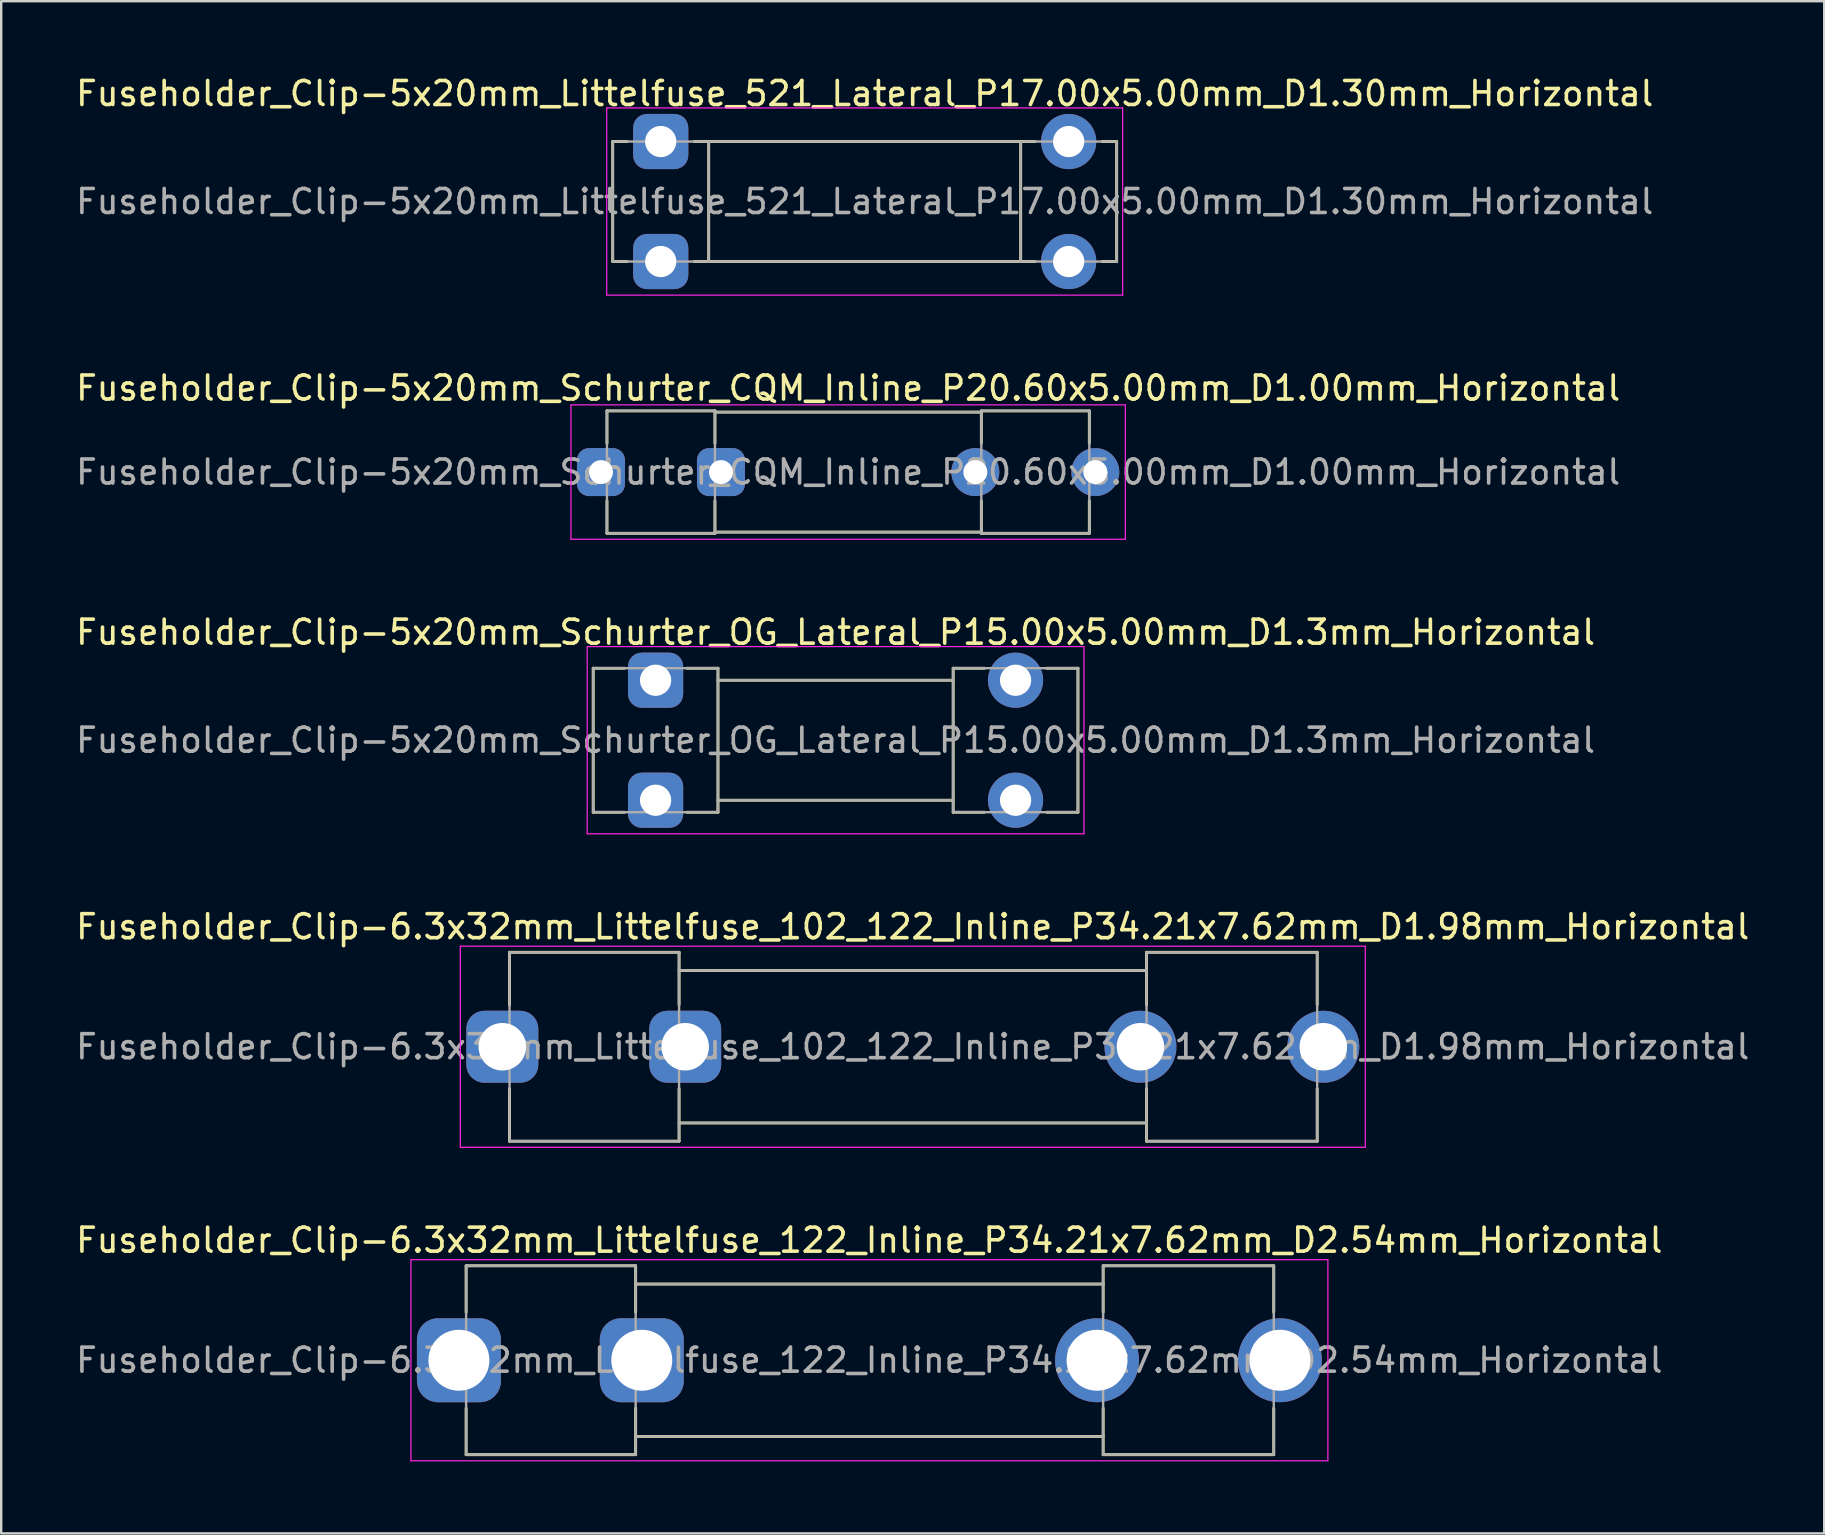
<source format=kicad_pcb>
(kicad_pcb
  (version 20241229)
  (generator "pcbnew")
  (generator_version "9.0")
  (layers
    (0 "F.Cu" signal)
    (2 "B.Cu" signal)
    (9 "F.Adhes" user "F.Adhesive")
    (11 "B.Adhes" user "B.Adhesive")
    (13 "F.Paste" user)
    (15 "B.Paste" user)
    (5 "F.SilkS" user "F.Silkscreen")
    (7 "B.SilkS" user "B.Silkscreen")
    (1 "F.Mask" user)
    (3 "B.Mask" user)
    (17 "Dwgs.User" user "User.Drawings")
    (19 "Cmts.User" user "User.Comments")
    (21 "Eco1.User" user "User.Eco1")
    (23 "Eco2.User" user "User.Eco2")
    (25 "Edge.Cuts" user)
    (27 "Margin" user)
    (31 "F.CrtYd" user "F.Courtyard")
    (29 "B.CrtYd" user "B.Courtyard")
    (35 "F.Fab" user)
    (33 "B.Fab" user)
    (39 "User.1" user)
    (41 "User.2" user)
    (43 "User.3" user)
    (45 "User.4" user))
  (footprint "Fuseholder_Clip-5x20mm_Littelfuse_521_Lateral_P17.00x5.00mm_D1.30mm_Horizontal"
    (layer "F.Cu")
    (at 24.482 2.848)
    (property "Reference" "Fuseholder_Clip-5x20mm_Littelfuse_521_Lateral_P17.00x5.00mm_D1.30mm_Horizontal" (at 8.5 -2 0) (layer "F.SilkS") (effects (font (size 1 1) (thickness 0.15))))
    (attr through_hole)
    (fp_line (start -2 5) (end -2 0) (stroke (width 0.12) (type solid)) (layer "F.SilkS"))
    (fp_line (start -1.4 0) (end -2 0) (stroke (width 0.12) (type solid)) (layer "F.SilkS"))
    (fp_line (start -1.4 5) (end -2 5) (stroke (width 0.12) (type solid)) (layer "F.SilkS"))
    (fp_line (start 2 0) (end 2 5) (stroke (width 0.12) (type solid)) (layer "F.SilkS"))
    (fp_line (start 15 0) (end 15 5) (stroke (width 0.12) (type solid)) (layer "F.SilkS"))
    (fp_line (start 15.6 0) (end 1.4 0) (stroke (width 0.12) (type solid)) (layer "F.SilkS"))
    (fp_line (start 15.6 5) (end 1.4 5) (stroke (width 0.12) (type solid)) (layer "F.SilkS"))
    (fp_line (start 18.4 0) (end 19 0) (stroke (width 0.12) (type solid)) (layer "F.SilkS"))
    (fp_line (start 18.4 5) (end 19 5) (stroke (width 0.12) (type solid)) (layer "F.SilkS"))
    (fp_line (start 19 0) (end 19 5) (stroke (width 0.12) (type solid)) (layer "F.SilkS"))
    (fp_line (start -2.25 -1.4) (end -2.25 6.4) (stroke (width 0.05) (type solid)) (layer "F.CrtYd"))
    (fp_line (start -2.25 -1.4) (end 19.25 -1.4) (stroke (width 0.05) (type solid)) (layer "F.CrtYd"))
    (fp_line (start 19.25 6.4) (end -2.25 6.4) (stroke (width 0.05) (type solid)) (layer "F.CrtYd"))
    (fp_line (start 19.25 6.4) (end 19.25 -1.4) (stroke (width 0.05) (type solid)) (layer "F.CrtYd"))
    (fp_line (start -2 0) (end 19 0) (stroke (width 0.1) (type solid)) (layer "F.Fab"))
    (fp_line (start -2 5) (end -2 0) (stroke (width 0.1) (type solid)) (layer "F.Fab"))
    (fp_line (start 2 0) (end 2 5) (stroke (width 0.1) (type solid)) (layer "F.Fab"))
    (fp_line (start 15 0) (end 15 5) (stroke (width 0.1) (type solid)) (layer "F.Fab"))
    (fp_line (start 19 5) (end -2 5) (stroke (width 0.1) (type solid)) (layer "F.Fab"))
    (fp_line (start 19 5) (end 19 0) (stroke (width 0.1) (type solid)) (layer "F.Fab"))
    (fp_text user "${REFERENCE}" (at 8.5 2.5 0) (layer "F.Fab") (effects (font (size 1 1) (thickness 0.15))))
    (pad "1" thru_hole roundrect (at 0 0) (size 2.3 2.3) (drill 1.3) (layers "*.Cu" "*.Mask") (roundrect_rratio 0.25))
    (pad "1" thru_hole roundrect (at 0 5) (size 2.3 2.3) (drill 1.3) (layers "*.Cu" "*.Mask") (roundrect_rratio 0.25))
    (pad "2" thru_hole circle (at 17 0) (size 2.3 2.3) (drill 1.3) (layers "*.Cu" "*.Mask"))
    (pad "2" thru_hole circle (at 17 5) (size 2.3 2.3) (drill 1.3) (layers "*.Cu" "*.Mask")))
  (footprint "Fuseholder_Clip-5x20mm_Schurter_OG_Lateral_P15.00x5.00mm_D1.3mm_Horizontal"
    (layer "F.Cu")
    (at 24.268 25.295)
    (property "Reference" "Fuseholder_Clip-5x20mm_Schurter_OG_Lateral_P15.00x5.00mm_D1.3mm_Horizontal" (at 7.5 -2 0) (layer "F.SilkS") (effects (font (size 1 1) (thickness 0.15))))
    (attr through_hole)
    (fp_line (start -2.6 5.5) (end -2.6 -0.5) (stroke (width 0.12) (type solid)) (layer "F.SilkS"))
    (fp_line (start -1.3 -0.5) (end -2.6 -0.5) (stroke (width 0.12) (type solid)) (layer "F.SilkS"))
    (fp_line (start -1.3 5.5) (end -2.6 5.5) (stroke (width 0.12) (type solid)) (layer "F.SilkS"))
    (fp_line (start 2.6 -0.5) (end 1.3 -0.5) (stroke (width 0.12) (type solid)) (layer "F.SilkS"))
    (fp_line (start 2.6 -0.5) (end 2.6 5.5) (stroke (width 0.12) (type solid)) (layer "F.SilkS"))
    (fp_line (start 2.6 5.5) (end 1.3 5.5) (stroke (width 0.12) (type solid)) (layer "F.SilkS"))
    (fp_line (start 12.4 -0.5) (end 12.4 5.5) (stroke (width 0.12) (type solid)) (layer "F.SilkS"))
    (fp_line (start 12.4 0) (end 2.6 0) (stroke (width 0.12) (type solid)) (layer "F.SilkS"))
    (fp_line (start 12.4 5) (end 2.6 5) (stroke (width 0.12) (type solid)) (layer "F.SilkS"))
    (fp_line (start 13.7 -0.5) (end 12.4 -0.5) (stroke (width 0.12) (type solid)) (layer "F.SilkS"))
    (fp_line (start 13.7 5.5) (end 12.4 5.5) (stroke (width 0.12) (type solid)) (layer "F.SilkS"))
    (fp_line (start 16.3 -0.5) (end 17.6 -0.5) (stroke (width 0.12) (type solid)) (layer "F.SilkS"))
    (fp_line (start 16.3 5.5) (end 17.6 5.5) (stroke (width 0.12) (type solid)) (layer "F.SilkS"))
    (fp_line (start 17.6 -0.5) (end 17.6 5.5) (stroke (width 0.12) (type solid)) (layer "F.SilkS"))
    (fp_line (start -2.85 -1.4) (end -2.85 6.4) (stroke (width 0.05) (type solid)) (layer "F.CrtYd"))
    (fp_line (start -2.85 -1.4) (end 17.85 -1.4) (stroke (width 0.05) (type solid)) (layer "F.CrtYd"))
    (fp_line (start 17.85 6.4) (end -2.85 6.4) (stroke (width 0.05) (type solid)) (layer "F.CrtYd"))
    (fp_line (start 17.85 6.4) (end 17.85 -1.4) (stroke (width 0.05) (type solid)) (layer "F.CrtYd"))
    (fp_line (start -2.6 -0.5) (end 2.6 -0.5) (stroke (width 0.1) (type solid)) (layer "F.Fab"))
    (fp_line (start -2.6 5.5) (end -2.6 -0.5) (stroke (width 0.1) (type solid)) (layer "F.Fab"))
    (fp_line (start 2.6 -0.5) (end 2.6 5.5) (stroke (width 0.1) (type solid)) (layer "F.Fab"))
    (fp_line (start 2.6 0) (end 12.4 0) (stroke (width 0.1) (type solid)) (layer "F.Fab"))
    (fp_line (start 2.6 5.5) (end -2.6 5.5) (stroke (width 0.1) (type solid)) (layer "F.Fab"))
    (fp_line (start 12.4 -0.5) (end 12.4 5.5) (stroke (width 0.1) (type solid)) (layer "F.Fab"))
    (fp_line (start 12.4 5) (end 2.6 5) (stroke (width 0.1) (type solid)) (layer "F.Fab"))
    (fp_line (start 12.4 5.5) (end 17.6 5.5) (stroke (width 0.1) (type solid)) (layer "F.Fab"))
    (fp_line (start 17.6 -0.5) (end 12.4 -0.5) (stroke (width 0.1) (type solid)) (layer "F.Fab"))
    (fp_line (start 17.6 5.5) (end 17.6 -0.5) (stroke (width 0.1) (type solid)) (layer "F.Fab"))
    (fp_text user "${REFERENCE}" (at 7.5 2.5 0) (layer "F.Fab") (effects (font (size 1 1) (thickness 0.15))))
    (pad "1" thru_hole roundrect (at 0 0) (size 2.3 2.3) (drill 1.3) (layers "*.Cu" "*.Mask") (roundrect_rratio 0.25))
    (pad "1" thru_hole roundrect (at 0 5) (size 2.3 2.3) (drill 1.3) (layers "*.Cu" "*.Mask") (roundrect_rratio 0.25))
    (pad "2" thru_hole circle (at 15 0) (size 2.3 2.3) (drill 1.3) (layers "*.Cu" "*.Mask"))
    (pad "2" thru_hole circle (at 15 5) (size 2.3 2.3) (drill 1.3) (layers "*.Cu" "*.Mask")))
  (footprint "Fuseholder_Clip-6.3x32mm_Littelfuse_102_122_Inline_P34.21x7.62mm_D1.98mm_Horizontal"
    (layer "F.Cu")
    (at 17.882 40.568)
    (property "Reference" "Fuseholder_Clip-6.3x32mm_Littelfuse_102_122_Inline_P34.21x7.62mm_D1.98mm_Horizontal" (at 17.1 -5 0) (layer "F.SilkS") (effects (font (size 1 1) (thickness 0.15))))
    (attr through_hole)
    (fp_line (start 0.3 -3.935) (end 0.3 -1.75) (stroke (width 0.12) (type solid)) (layer "F.SilkS"))
    (fp_line (start 0.3 3.935) (end 0.3 1.75) (stroke (width 0.12) (type solid)) (layer "F.SilkS"))
    (fp_line (start 7.365 -3.935) (end 0.3 -3.935) (stroke (width 0.12) (type solid)) (layer "F.SilkS"))
    (fp_line (start 7.365 -3.935) (end 7.365 -1.75) (stroke (width 0.12) (type solid)) (layer "F.SilkS"))
    (fp_line (start 7.365 3.935) (end 0.3 3.935) (stroke (width 0.12) (type solid)) (layer "F.SilkS"))
    (fp_line (start 7.365 3.935) (end 7.365 1.75) (stroke (width 0.12) (type solid)) (layer "F.SilkS"))
    (fp_line (start 26.845 -3.935) (end 26.845 -1.75) (stroke (width 0.12) (type solid)) (layer "F.SilkS"))
    (fp_line (start 26.845 -3.175) (end 7.365 -3.175) (stroke (width 0.12) (type solid)) (layer "F.SilkS"))
    (fp_line (start 26.845 3.175) (end 7.365 3.175) (stroke (width 0.12) (type solid)) (layer "F.SilkS"))
    (fp_line (start 26.845 3.935) (end 26.845 1.75) (stroke (width 0.12) (type solid)) (layer "F.SilkS"))
    (fp_line (start 26.845 3.935) (end 33.955 3.935) (stroke (width 0.12) (type solid)) (layer "F.SilkS"))
    (fp_line (start 33.955 -3.935) (end 26.845 -3.935) (stroke (width 0.12) (type solid)) (layer "F.SilkS"))
    (fp_line (start 33.955 -1.75) (end 33.955 -3.935) (stroke (width 0.12) (type solid)) (layer "F.SilkS"))
    (fp_line (start 33.955 1.75) (end 33.955 3.935) (stroke (width 0.12) (type solid)) (layer "F.SilkS"))
    (fp_line (start -1.75 -4.19) (end -1.75 4.19) (stroke (width 0.05) (type solid)) (layer "F.CrtYd"))
    (fp_line (start -1.75 -4.19) (end 35.96 -4.19) (stroke (width 0.05) (type solid)) (layer "F.CrtYd"))
    (fp_line (start 35.96 4.19) (end -1.75 4.19) (stroke (width 0.05) (type solid)) (layer "F.CrtYd"))
    (fp_line (start 35.96 4.19) (end 35.96 -4.19) (stroke (width 0.05) (type solid)) (layer "F.CrtYd"))
    (fp_line (start 0.3 -3.935) (end 7.365 -3.935) (stroke (width 0.1) (type solid)) (layer "F.Fab"))
    (fp_line (start 0.3 3.935) (end 0.3 -3.935) (stroke (width 0.1) (type solid)) (layer "F.Fab"))
    (fp_line (start 7.365 -3.935) (end 7.365 3.935) (stroke (width 0.1) (type solid)) (layer "F.Fab"))
    (fp_line (start 7.365 -3.175) (end 26.845 -3.175) (stroke (width 0.1) (type solid)) (layer "F.Fab"))
    (fp_line (start 7.365 3.935) (end 0.3 3.935) (stroke (width 0.1) (type solid)) (layer "F.Fab"))
    (fp_line (start 26.845 -3.935) (end 26.845 3.935) (stroke (width 0.1) (type solid)) (layer "F.Fab"))
    (fp_line (start 26.845 3.175) (end 7.365 3.175) (stroke (width 0.1) (type solid)) (layer "F.Fab"))
    (fp_line (start 26.845 3.935) (end 33.955 3.935) (stroke (width 0.1) (type solid)) (layer "F.Fab"))
    (fp_line (start 33.955 -3.935) (end 26.845 -3.935) (stroke (width 0.1) (type solid)) (layer "F.Fab"))
    (fp_line (start 33.955 3.935) (end 33.955 -3.935) (stroke (width 0.1) (type solid)) (layer "F.Fab"))
    (fp_text user "${REFERENCE}" (at 17.1 0 0) (layer "F.Fab") (effects (font (size 1 1) (thickness 0.15))))
    (pad "1" thru_hole roundrect (at 0 0) (size 3 3) (drill 1.98) (layers "*.Cu" "*.Mask") (roundrect_rratio 0.25))
    (pad "1" thru_hole roundrect (at 7.62 0) (size 3 3) (drill 1.98) (layers "*.Cu" "*.Mask") (roundrect_rratio 0.25))
    (pad "2" thru_hole circle (at 26.59 0) (size 3 3) (drill 1.98) (layers "*.Cu" "*.Mask"))
    (pad "2" thru_hole circle (at 34.21 0) (size 3 3) (drill 1.98) (layers "*.Cu" "*.Mask")))
  (footprint "Fuseholder_Clip-5x20mm_Schurter_CQM_Inline_P20.60x5.00mm_D1.00mm_Horizontal"
    (layer "F.Cu")
    (at 21.992 16.622)
    (property "Reference" "Fuseholder_Clip-5x20mm_Schurter_CQM_Inline_P20.60x5.00mm_D1.00mm_Horizontal" (at 10.3 -3.5 0) (layer "F.SilkS") (effects (font (size 1 1) (thickness 0.15))))
    (attr through_hole)
    (fp_line (start 0.25 -2.55) (end 0.25 -1.2) (stroke (width 0.12) (type solid)) (layer "F.SilkS"))
    (fp_line (start 0.25 2.55) (end 0.25 1.2) (stroke (width 0.12) (type solid)) (layer "F.SilkS"))
    (fp_line (start 4.75 -2.55) (end 0.25 -2.55) (stroke (width 0.12) (type solid)) (layer "F.SilkS"))
    (fp_line (start 4.75 -2.55) (end 4.75 -1.2) (stroke (width 0.12) (type solid)) (layer "F.SilkS"))
    (fp_line (start 4.75 2.55) (end 0.25 2.55) (stroke (width 0.12) (type solid)) (layer "F.SilkS"))
    (fp_line (start 4.75 2.55) (end 4.75 1.2) (stroke (width 0.12) (type solid)) (layer "F.SilkS"))
    (fp_line (start 15.85 -2.55) (end 15.85 -1.2) (stroke (width 0.12) (type solid)) (layer "F.SilkS"))
    (fp_line (start 15.85 -2.5) (end 4.75 -2.5) (stroke (width 0.12) (type solid)) (layer "F.SilkS"))
    (fp_line (start 15.85 2.5) (end 4.75 2.5) (stroke (width 0.12) (type solid)) (layer "F.SilkS"))
    (fp_line (start 15.85 2.55) (end 15.85 1.2) (stroke (width 0.12) (type solid)) (layer "F.SilkS"))
    (fp_line (start 15.85 2.55) (end 20.35 2.55) (stroke (width 0.12) (type solid)) (layer "F.SilkS"))
    (fp_line (start 20.35 -2.55) (end 15.85 -2.55) (stroke (width 0.12) (type solid)) (layer "F.SilkS"))
    (fp_line (start 20.35 -1.2) (end 20.35 -2.55) (stroke (width 0.12) (type solid)) (layer "F.SilkS"))
    (fp_line (start 20.35 1.2) (end 20.35 2.55) (stroke (width 0.12) (type solid)) (layer "F.SilkS"))
    (fp_line (start -1.25 -2.8) (end -1.25 2.8) (stroke (width 0.05) (type solid)) (layer "F.CrtYd"))
    (fp_line (start -1.25 -2.8) (end 21.85 -2.8) (stroke (width 0.05) (type solid)) (layer "F.CrtYd"))
    (fp_line (start 21.85 2.8) (end -1.25 2.8) (stroke (width 0.05) (type solid)) (layer "F.CrtYd"))
    (fp_line (start 21.85 2.8) (end 21.85 -2.8) (stroke (width 0.05) (type solid)) (layer "F.CrtYd"))
    (fp_line (start 0.25 -2.55) (end 4.75 -2.55) (stroke (width 0.1) (type solid)) (layer "F.Fab"))
    (fp_line (start 0.25 2.55) (end 0.25 -2.55) (stroke (width 0.1) (type solid)) (layer "F.Fab"))
    (fp_line (start 4.75 -2.55) (end 4.75 2.55) (stroke (width 0.1) (type solid)) (layer "F.Fab"))
    (fp_line (start 4.75 -2.5) (end 15.85 -2.5) (stroke (width 0.1) (type solid)) (layer "F.Fab"))
    (fp_line (start 4.75 2.55) (end 0.25 2.55) (stroke (width 0.1) (type solid)) (layer "F.Fab"))
    (fp_line (start 15.85 -2.55) (end 15.85 2.55) (stroke (width 0.1) (type solid)) (layer "F.Fab"))
    (fp_line (start 15.85 2.5) (end 4.75 2.5) (stroke (width 0.1) (type solid)) (layer "F.Fab"))
    (fp_line (start 15.85 2.55) (end 20.35 2.55) (stroke (width 0.1) (type solid)) (layer "F.Fab"))
    (fp_line (start 20.35 -2.55) (end 15.85 -2.55) (stroke (width 0.1) (type solid)) (layer "F.Fab"))
    (fp_line (start 20.35 2.55) (end 20.35 -2.55) (stroke (width 0.1) (type solid)) (layer "F.Fab"))
    (fp_text user "${REFERENCE}" (at 10.3 0 0) (layer "F.Fab") (effects (font (size 1 1) (thickness 0.15))))
    (pad "1" thru_hole roundrect (at 0 0) (size 2 2) (drill 1) (layers "*.Cu" "*.Mask") (roundrect_rratio 0.25))
    (pad "1" thru_hole roundrect (at 5 0) (size 2 2) (drill 1) (layers "*.Cu" "*.Mask") (roundrect_rratio 0.25))
    (pad "2" thru_hole circle (at 15.6 0) (size 2 2) (drill 1) (layers "*.Cu" "*.Mask"))
    (pad "2" thru_hole circle (at 20.6 0) (size 2 2) (drill 1) (layers "*.Cu" "*.Mask")))
  (footprint "Fuseholder_Clip-6.3x32mm_Littelfuse_122_Inline_P34.21x7.62mm_D2.54mm_Horizontal"
    (layer "F.Cu")
    (at 16.073 53.631)
    (property "Reference" "Fuseholder_Clip-6.3x32mm_Littelfuse_122_Inline_P34.21x7.62mm_D2.54mm_Horizontal" (at 17.1 -5 0) (layer "F.SilkS") (effects (font (size 1 1) (thickness 0.15))))
    (attr through_hole)
    (fp_line (start 0.3 -3.935) (end 0.3 -2) (stroke (width 0.12) (type solid)) (layer "F.SilkS"))
    (fp_line (start 0.3 3.935) (end 0.3 2) (stroke (width 0.12) (type solid)) (layer "F.SilkS"))
    (fp_line (start 7.365 -3.935) (end 0.3 -3.935) (stroke (width 0.12) (type solid)) (layer "F.SilkS"))
    (fp_line (start 7.365 -3.935) (end 7.365 -2) (stroke (width 0.12) (type solid)) (layer "F.SilkS"))
    (fp_line (start 7.365 3.935) (end 0.3 3.935) (stroke (width 0.12) (type solid)) (layer "F.SilkS"))
    (fp_line (start 7.365 3.935) (end 7.365 2) (stroke (width 0.12) (type solid)) (layer "F.SilkS"))
    (fp_line (start 26.845 -3.935) (end 26.845 -2) (stroke (width 0.12) (type solid)) (layer "F.SilkS"))
    (fp_line (start 26.845 -3.175) (end 7.365 -3.175) (stroke (width 0.12) (type solid)) (layer "F.SilkS"))
    (fp_line (start 26.845 3.175) (end 7.365 3.175) (stroke (width 0.12) (type solid)) (layer "F.SilkS"))
    (fp_line (start 26.845 3.935) (end 26.845 2) (stroke (width 0.12) (type solid)) (layer "F.SilkS"))
    (fp_line (start 26.845 3.935) (end 33.955 3.935) (stroke (width 0.12) (type solid)) (layer "F.SilkS"))
    (fp_line (start 33.955 -3.935) (end 26.845 -3.935) (stroke (width 0.12) (type solid)) (layer "F.SilkS"))
    (fp_line (start 33.955 -2) (end 33.955 -3.935) (stroke (width 0.12) (type solid)) (layer "F.SilkS"))
    (fp_line (start 33.955 2) (end 33.955 3.935) (stroke (width 0.12) (type solid)) (layer "F.SilkS"))
    (fp_line (start -2 -4.19) (end -2 4.19) (stroke (width 0.05) (type solid)) (layer "F.CrtYd"))
    (fp_line (start -2 -4.19) (end 36.21 -4.19) (stroke (width 0.05) (type solid)) (layer "F.CrtYd"))
    (fp_line (start 36.21 4.19) (end -2 4.19) (stroke (width 0.05) (type solid)) (layer "F.CrtYd"))
    (fp_line (start 36.21 4.19) (end 36.21 -4.19) (stroke (width 0.05) (type solid)) (layer "F.CrtYd"))
    (fp_line (start 0.3 -3.935) (end 7.365 -3.935) (stroke (width 0.1) (type solid)) (layer "F.Fab"))
    (fp_line (start 0.3 3.935) (end 0.3 -3.935) (stroke (width 0.1) (type solid)) (layer "F.Fab"))
    (fp_line (start 7.365 -3.935) (end 7.365 3.935) (stroke (width 0.1) (type solid)) (layer "F.Fab"))
    (fp_line (start 7.365 -3.175) (end 26.845 -3.175) (stroke (width 0.1) (type solid)) (layer "F.Fab"))
    (fp_line (start 7.365 3.935) (end 0.3 3.935) (stroke (width 0.1) (type solid)) (layer "F.Fab"))
    (fp_line (start 26.845 -3.935) (end 26.845 3.935) (stroke (width 0.1) (type solid)) (layer "F.Fab"))
    (fp_line (start 26.845 3.175) (end 7.365 3.175) (stroke (width 0.1) (type solid)) (layer "F.Fab"))
    (fp_line (start 26.845 3.935) (end 33.955 3.935) (stroke (width 0.1) (type solid)) (layer "F.Fab"))
    (fp_line (start 33.955 -3.935) (end 26.845 -3.935) (stroke (width 0.1) (type solid)) (layer "F.Fab"))
    (fp_line (start 33.955 3.935) (end 33.955 -3.935) (stroke (width 0.1) (type solid)) (layer "F.Fab"))
    (fp_text user "${REFERENCE}" (at 17.1 0 0) (layer "F.Fab") (effects (font (size 1 1) (thickness 0.15))))
    (pad "1" thru_hole roundrect (at 0 0) (size 3.5 3.5) (drill 2.54) (layers "*.Cu" "*.Mask") (roundrect_rratio 0.25))
    (pad "1" thru_hole roundrect (at 7.62 0) (size 3.5 3.5) (drill 2.54) (layers "*.Cu" "*.Mask") (roundrect_rratio 0.25))
    (pad "2" thru_hole circle (at 26.59 0) (size 3.5 3.5) (drill 2.54) (layers "*.Cu" "*.Mask"))
    (pad "2" thru_hole circle (at 34.21 0) (size 3.5 3.5) (drill 2.54) (layers "*.Cu" "*.Mask")))
  (gr_rect
    (start -3 -3)
    (end 72.964 60.846)
    (stroke (width 0.1) (type default))
    (fill no)
    (layer "Edge.Cuts")))
</source>
